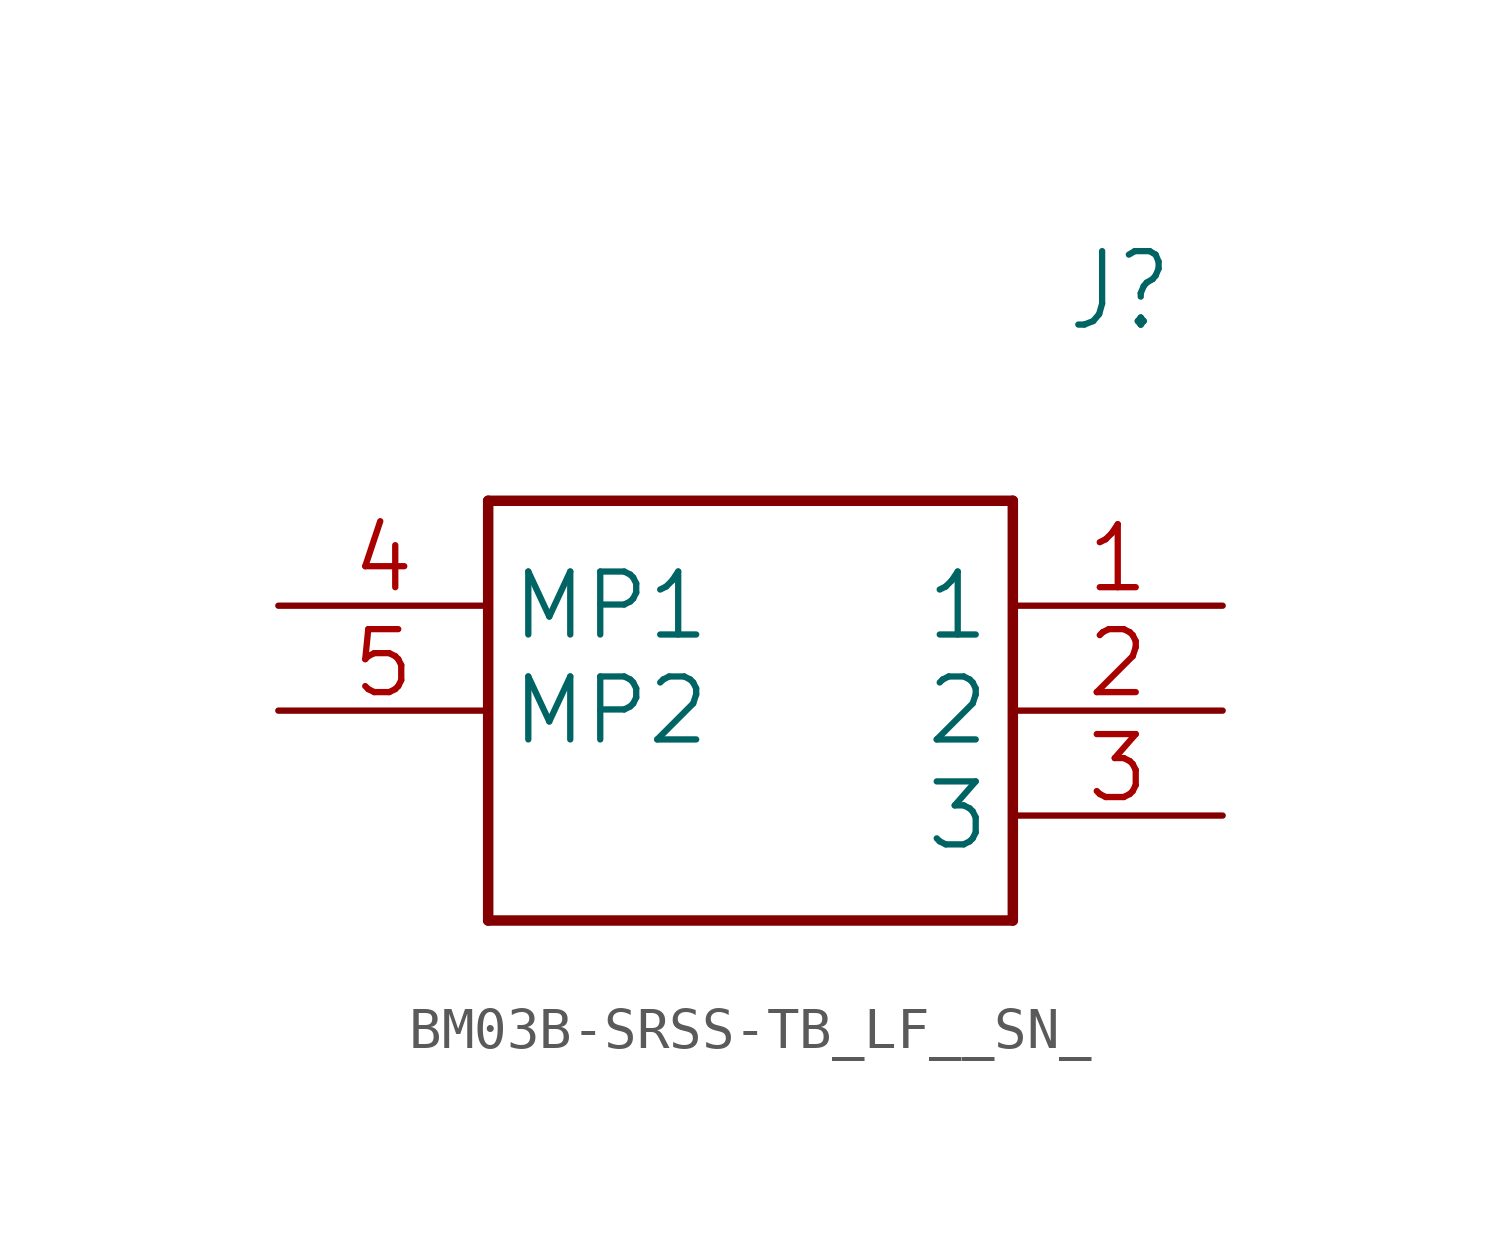
<source format=kicad_sym>
(kicad_symbol_lib
  (version 20241209)
  (generator "kicad_symbol_editor")
  (generator_version "9.0")
  (symbol "BM03B-SRSS-TB_LF__SN_"
    (property "Reference" "J"
      (at 19.05 7.62 0)
      (effects (font (size 1.778 1.511)) (justify left)))
    (property "Value" ""
      (at 19.05 5.08 0)
      (effects (font (size 1.778 1.511)) (justify left)))
    (property "ki_locked" ""
      (at 0 0 0)
      (effects (font (size 1.27 1.27))))
    (symbol "BM03B-SRSS-TB_LF__SN__1_0"
      (polyline (pts (xy 5.08 2.54) (xy 5.08 -7.62)) (stroke (width 0.254) (type solid)) (fill (type none)))
      (polyline (pts (xy 5.08 2.54) (xy 17.78 2.54)) (stroke (width 0.254) (type solid)) (fill (type none)))
      (polyline (pts (xy 17.78 -7.62) (xy 5.08 -7.62)) (stroke (width 0.254) (type solid)) (fill (type none)))
      (polyline (pts (xy 17.78 -7.62) (xy 17.78 2.54)) (stroke (width 0.254) (type solid)) (fill (type none)))
      (pin bidirectional line (at 0 0 0) (length 5.08) (name "MP1" (effects (font (size 1.524 1.524)))) (number "4" (effects (font (size 1.524 1.524)))))
      (pin bidirectional line (at 0 -2.54 0) (length 5.08) (name "MP2" (effects (font (size 1.524 1.524)))) (number "5" (effects (font (size 1.524 1.524)))))
      (pin bidirectional line (at 22.86 0 180) (length 5.08) (name "1" (effects (font (size 1.524 1.524)))) (number "1" (effects (font (size 1.524 1.524)))))
      (pin bidirectional line (at 22.86 -2.54 180) (length 5.08) (name "2" (effects (font (size 1.524 1.524)))) (number "2" (effects (font (size 1.524 1.524)))))
      (pin bidirectional line (at 22.86 -5.08 180) (length 5.08) (name "3" (effects (font (size 1.524 1.524)))) (number "3" (effects (font (size 1.524 1.524))))))))
</source>
